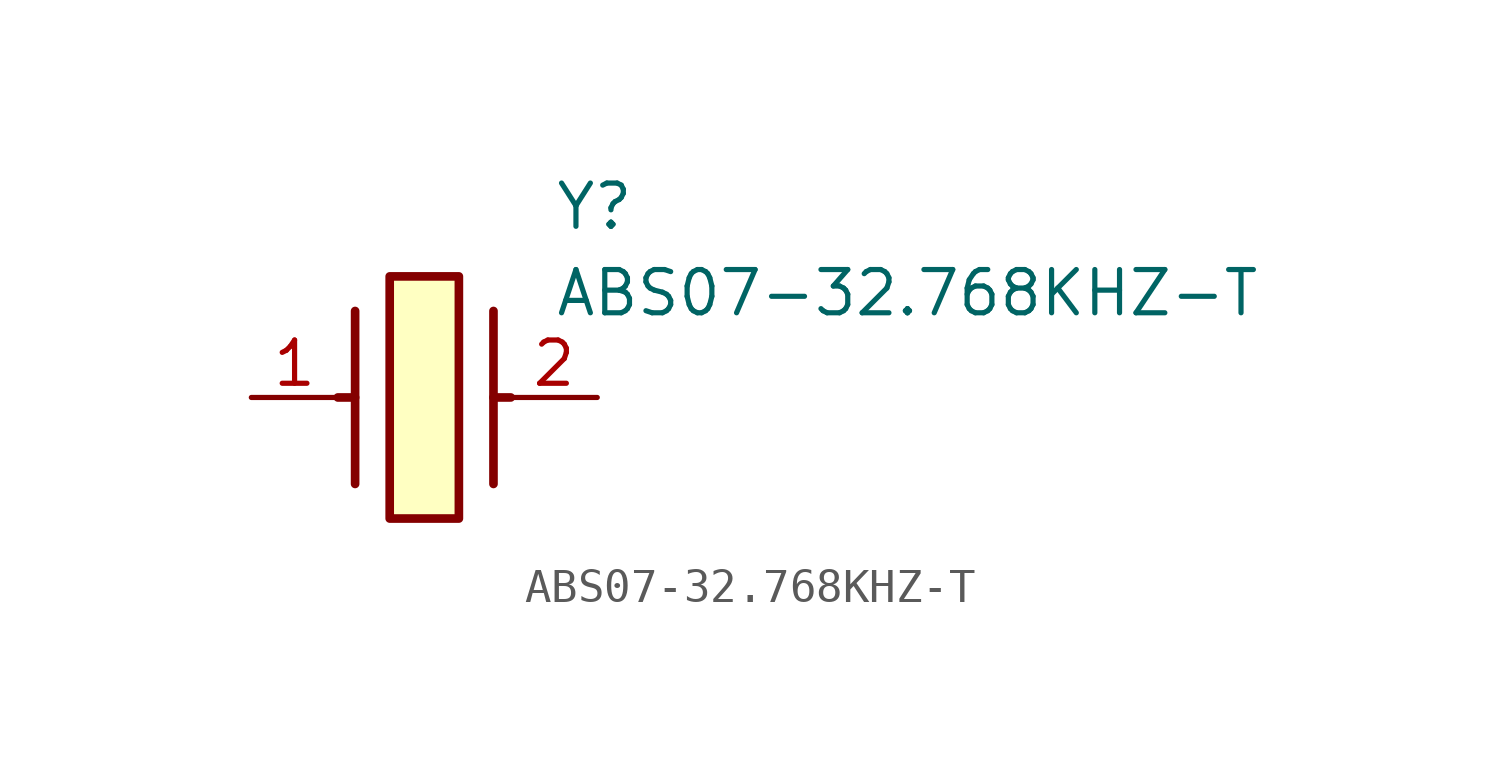
<source format=kicad_sym>
(kicad_symbol_lib
  (version 20211014)
  (generator SamacSys_ECAD_Model)
  (symbol "ABS07-32.768KHZ-T"
    (pin_names hide)
    (property "Reference" "Y"
      (at 8.89 6.35 0)
      (effects (font (size 1.27 1.27)) (justify left top)))
    (property "Value" "ABS07-32.768KHZ-T"
      (at 8.89 3.81 0)
      (effects (font (size 1.27 1.27)) (justify left top)))
    (rectangle
      (start 4.064 3.556)
      (end 6.096 -3.556)
      (stroke (width 0.254) (type default))
      (fill (type background)))
    (polyline
      (pts (xy 3.048 2.54) (xy 3.048 -2.54))
      (stroke (width 0.254) (type default))
      (fill (type none)))
    (polyline
      (pts (xy 7.112 2.54) (xy 7.112 -2.54))
      (stroke (width 0.254) (type default))
      (fill (type none)))
    (polyline
      (pts (xy 7.112 0) (xy 7.62 0))
      (stroke (width 0.254) (type default))
      (fill (type none)))
    (polyline
      (pts (xy 3.048 0) (xy 2.54 0))
      (stroke (width 0.254) (type default))
      (fill (type none)))
    (pin passive line
      (at 0 0 0)
      (length 2.54)
      (name "1" (effects (font (size 1.27 1.27))))
      (number "1" (effects (font (size 1.27 1.27)))))
    (pin passive line
      (at 10.16 0 180)
      (length 2.54)
      (name "2" (effects (font (size 1.27 1.27))))
      (number "2" (effects (font (size 1.27 1.27)))))))
</source>
